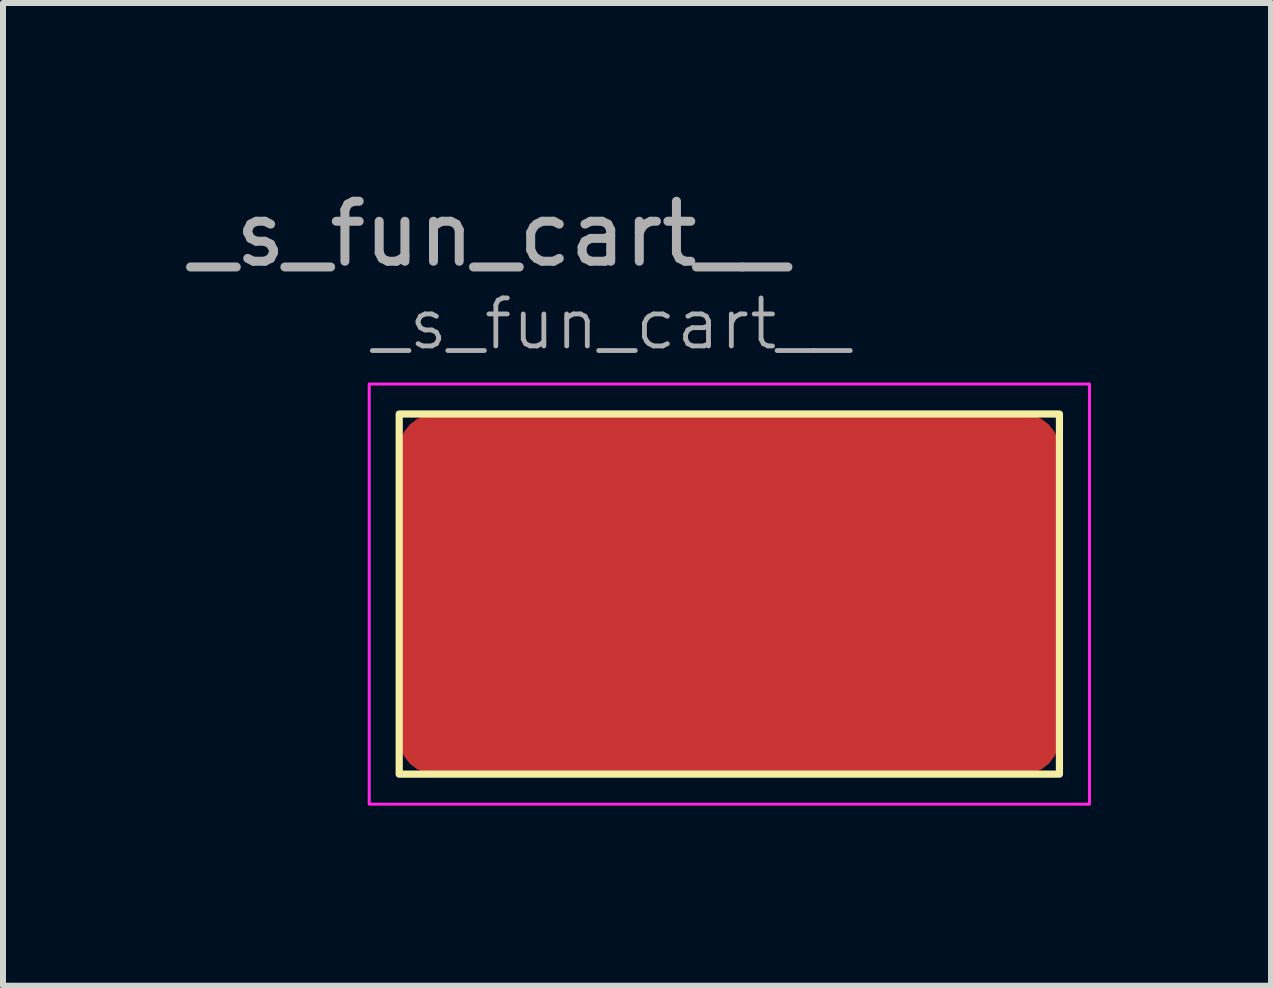
<source format=kicad_pcb>
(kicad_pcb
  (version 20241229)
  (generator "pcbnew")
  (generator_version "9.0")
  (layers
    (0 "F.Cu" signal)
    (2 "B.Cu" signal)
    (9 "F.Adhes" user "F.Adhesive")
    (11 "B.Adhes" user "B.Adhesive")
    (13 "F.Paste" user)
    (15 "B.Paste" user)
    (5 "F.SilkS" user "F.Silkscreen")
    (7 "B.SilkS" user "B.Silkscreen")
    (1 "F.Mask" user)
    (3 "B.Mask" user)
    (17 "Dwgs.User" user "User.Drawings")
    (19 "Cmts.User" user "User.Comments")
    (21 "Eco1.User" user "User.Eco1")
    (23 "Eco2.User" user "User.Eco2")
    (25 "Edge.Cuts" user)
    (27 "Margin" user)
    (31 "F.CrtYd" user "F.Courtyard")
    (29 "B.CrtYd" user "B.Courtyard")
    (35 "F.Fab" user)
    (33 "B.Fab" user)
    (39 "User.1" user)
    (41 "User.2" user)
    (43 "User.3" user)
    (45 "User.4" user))
  (footprint "_s_fun_cart__"
    (layer "F.Cu")
    (at 3.601 3.848)
    (property "Reference" "_s_fun_cart__" (at -0.5 -1.5 0) (unlocked yes) (layer "F.Fab") (effects (font (size 0.8 0.8) (thickness 0.08)) (justify left)))
    (attr smd)
    (fp_rect (start 0 0) (end 11 6) (stroke (width 0.12) (type solid)) (fill no) (layer "F.SilkS"))
    (fp_rect (start -0.5 -0.5) (end 11.5 6.5) (stroke (width 0.05) (type solid)) (fill no) (layer "F.CrtYd"))
    (fp_text user "${REFERENCE}" (at 1.5 -3 0) (unlocked yes) (layer "F.Fab") (effects (font (size 1 1) (thickness 0.15))))
    (pad "1" smd roundrect (at 5.5 3) (size 11 6) (layers "F.Cu" "F.Mask" "F.Paste") (roundrect_rratio 0.1)))
  (gr_rect
    (start -3 -3)
    (end 18.126 13.373)
    (stroke (width 0.1) (type default))
    (fill no)
    (layer "Edge.Cuts")))
</source>
